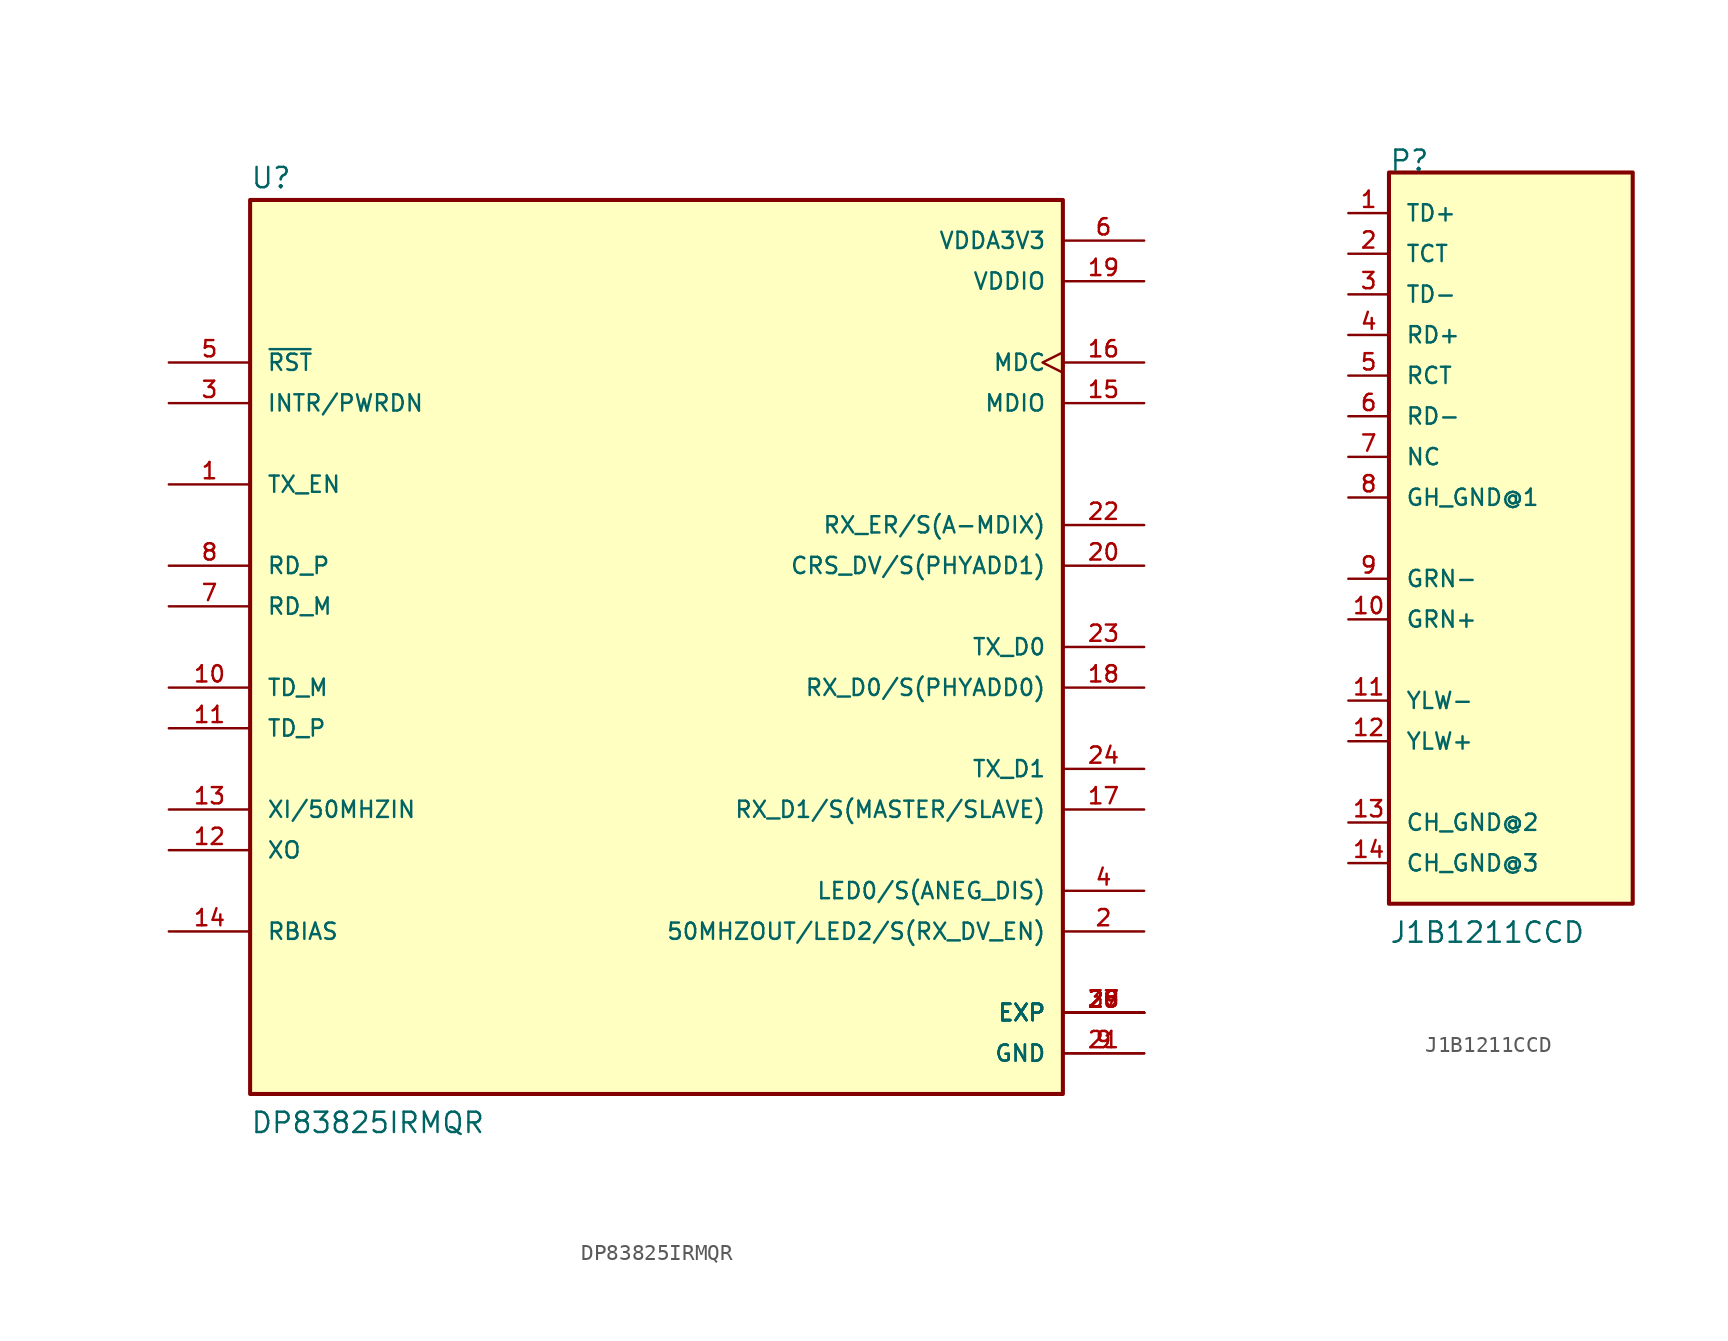
<source format=kicad_sym>
(kicad_symbol_lib
  (version 20241209)
  (generator "kicad_symbol_editor")
  (generator_version "9.0")
  (symbol "DP83825IRMQR"
    (pin_names
      (offset 1.016))
    (property "Reference" "U"
      (at -25.4 28.575 0)
      (effects (font (size 1.27 1.27)) (justify left bottom)))
    (property "Value" "DP83825IRMQR"
      (at -25.4 -30.48 0)
      (effects (font (size 1.27 1.27)) (justify left bottom)))
    (symbol "DP83825IRMQR_0_0"
      (rectangle (start -25.4 -27.94) (end 25.4 27.94) (stroke (width 0.254) (type default)) (fill (type background)))
      (pin input line (at -30.48 17.78 0) (length 5.08) (name "~{RST}" (effects (font (size 1.016 1.016)))) (number "5" (effects (font (size 1.016 1.016)))))
      (pin input line (at -30.48 15.24 0) (length 5.08) (name "INTR/PWRDN" (effects (font (size 1.016 1.016)))) (number "3" (effects (font (size 1.016 1.016)))))
      (pin input line (at -30.48 10.16 0) (length 5.08) (name "TX_EN" (effects (font (size 1.016 1.016)))) (number "1" (effects (font (size 1.016 1.016)))))
      (pin input line (at -30.48 5.08 0) (length 5.08) (name "RD_P" (effects (font (size 1.016 1.016)))) (number "8" (effects (font (size 1.016 1.016)))))
      (pin input line (at -30.48 2.54 0) (length 5.08) (name "RD_M" (effects (font (size 1.016 1.016)))) (number "7" (effects (font (size 1.016 1.016)))))
      (pin output line (at -30.48 -2.54 0) (length 5.08) (name "TD_M" (effects (font (size 1.016 1.016)))) (number "10" (effects (font (size 1.016 1.016)))))
      (pin output line (at -30.48 -5.08 0) (length 5.08) (name "TD_P" (effects (font (size 1.016 1.016)))) (number "11" (effects (font (size 1.016 1.016)))))
      (pin input line (at -30.48 -10.16 0) (length 5.08) (name "XI/50MHZIN" (effects (font (size 1.016 1.016)))) (number "13" (effects (font (size 1.016 1.016)))))
      (pin output line (at -30.48 -12.7 0) (length 5.08) (name "XO" (effects (font (size 1.016 1.016)))) (number "12" (effects (font (size 1.016 1.016)))))
      (pin passive line (at -30.48 -17.78 0) (length 5.08) (name "RBIAS" (effects (font (size 1.016 1.016)))) (number "14" (effects (font (size 1.016 1.016)))))
      (pin power_in line (at 30.48 25.4 180) (length 5.08) (name "VDDA3V3" (effects (font (size 1.016 1.016)))) (number "6" (effects (font (size 1.016 1.016)))))
      (pin power_in line (at 30.48 22.86 180) (length 5.08) (name "VDDIO" (effects (font (size 1.016 1.016)))) (number "19" (effects (font (size 1.016 1.016)))))
      (pin input clock (at 30.48 17.78 180) (length 5.08) (name "MDC" (effects (font (size 1.016 1.016)))) (number "16" (effects (font (size 1.016 1.016)))))
      (pin bidirectional line (at 30.48 15.24 180) (length 5.08) (name "MDIO" (effects (font (size 1.016 1.016)))) (number "15" (effects (font (size 1.016 1.016)))))
      (pin bidirectional line (at 30.48 7.62 180) (length 5.08) (name "RX_ER/S(A-MDIX)" (effects (font (size 1.016 1.016)))) (number "22" (effects (font (size 1.016 1.016)))))
      (pin bidirectional line (at 30.48 5.08 180) (length 5.08) (name "CRS_DV/S(PHYADD1)" (effects (font (size 1.016 1.016)))) (number "20" (effects (font (size 1.016 1.016)))))
      (pin input line (at 30.48 0 180) (length 5.08) (name "TX_D0" (effects (font (size 1.016 1.016)))) (number "23" (effects (font (size 1.016 1.016)))))
      (pin bidirectional line (at 30.48 -2.54 180) (length 5.08) (name "RX_D0/S(PHYADD0)" (effects (font (size 1.016 1.016)))) (number "18" (effects (font (size 1.016 1.016)))))
      (pin input line (at 30.48 -7.62 180) (length 5.08) (name "TX_D1" (effects (font (size 1.016 1.016)))) (number "24" (effects (font (size 1.016 1.016)))))
      (pin bidirectional line (at 30.48 -10.16 180) (length 5.08) (name "RX_D1/S(MASTER/SLAVE)" (effects (font (size 1.016 1.016)))) (number "17" (effects (font (size 1.016 1.016)))))
      (pin bidirectional line (at 30.48 -15.24 180) (length 5.08) (name "LED0/S(ANEG_DIS)" (effects (font (size 1.016 1.016)))) (number "4" (effects (font (size 1.016 1.016)))))
      (pin bidirectional line (at 30.48 -17.78 180) (length 5.08) (name "50MHZOUT/LED2/S(RX_DV_EN)" (effects (font (size 1.016 1.016)))) (number "2" (effects (font (size 1.016 1.016)))))
      (pin power_in line (at 30.48 -22.86 180) (length 5.08) (name "EXP" (effects (font (size 1.016 1.016)))) (number "25" (effects (font (size 1.016 1.016)))))
      (pin power_in line (at 30.48 -22.86 180) (length 5.08) (name "EXP" (effects (font (size 1.016 1.016)))) (number "26" (effects (font (size 1.016 1.016)))))
      (pin power_in line (at 30.48 -22.86 180) (length 5.08) (name "EXP" (effects (font (size 1.016 1.016)))) (number "27" (effects (font (size 1.016 1.016)))))
      (pin power_in line (at 30.48 -22.86 180) (length 5.08) (name "EXP" (effects (font (size 1.016 1.016)))) (number "28" (effects (font (size 1.016 1.016)))))
      (pin power_in line (at 30.48 -22.86 180) (length 5.08) (name "EXP" (effects (font (size 1.016 1.016)))) (number "29" (effects (font (size 1.016 1.016)))))
      (pin power_in line (at 30.48 -22.86 180) (length 5.08) (name "EXP" (effects (font (size 1.016 1.016)))) (number "30" (effects (font (size 1.016 1.016)))))
      (pin power_in line (at 30.48 -25.4 180) (length 5.08) (name "GND" (effects (font (size 1.016 1.016)))) (number "21" (effects (font (size 1.016 1.016)))))
      (pin power_in line (at 30.48 -25.4 180) (length 5.08) (name "GND" (effects (font (size 1.016 1.016)))) (number "9" (effects (font (size 1.016 1.016)))))))
  (symbol "J1B1211CCD"
    (pin_names
      (offset 1.016))
    (property "Reference" "P"
      (at -7.62 22.86 0)
      (effects (font (size 1.27 1.27)) (justify left bottom)))
    (property "Value" "J1B1211CCD"
      (at -7.62 -25.4 0)
      (effects (font (size 1.27 1.27)) (justify left bottom)))
    (symbol "J1B1211CCD_0_0"
      (rectangle (start -7.62 -22.86) (end 7.62 22.86) (stroke (width 0.254) (type default)) (fill (type background)))
      (pin passive line (at -10.16 20.32 0) (length 2.54) (name "TD+" (effects (font (size 1.016 1.016)))) (number "1" (effects (font (size 1.016 1.016)))))
      (pin passive line (at -10.16 17.78 0) (length 2.54) (name "TCT" (effects (font (size 1.016 1.016)))) (number "2" (effects (font (size 1.016 1.016)))))
      (pin passive line (at -10.16 15.24 0) (length 2.54) (name "TD-" (effects (font (size 1.016 1.016)))) (number "3" (effects (font (size 1.016 1.016)))))
      (pin passive line (at -10.16 12.7 0) (length 2.54) (name "RD+" (effects (font (size 1.016 1.016)))) (number "4" (effects (font (size 1.016 1.016)))))
      (pin passive line (at -10.16 10.16 0) (length 2.54) (name "RCT" (effects (font (size 1.016 1.016)))) (number "5" (effects (font (size 1.016 1.016)))))
      (pin passive line (at -10.16 7.62 0) (length 2.54) (name "RD-" (effects (font (size 1.016 1.016)))) (number "6" (effects (font (size 1.016 1.016)))))
      (pin passive line (at -10.16 5.08 0) (length 2.54) (name "NC" (effects (font (size 1.016 1.016)))) (number "7" (effects (font (size 1.016 1.016)))))
      (pin passive line (at -10.16 2.54 0) (length 2.54) (name "GH_GND@1" (effects (font (size 1.016 1.016)))) (number "8" (effects (font (size 1.016 1.016)))))
      (pin passive line (at -10.16 -2.54 0) (length 2.54) (name "GRN-" (effects (font (size 1.016 1.016)))) (number "9" (effects (font (size 1.016 1.016)))))
      (pin passive line (at -10.16 -5.08 0) (length 2.54) (name "GRN+" (effects (font (size 1.016 1.016)))) (number "10" (effects (font (size 1.016 1.016)))))
      (pin passive line (at -10.16 -10.16 0) (length 2.54) (name "YLW-" (effects (font (size 1.016 1.016)))) (number "11" (effects (font (size 1.016 1.016)))))
      (pin passive line (at -10.16 -12.7 0) (length 2.54) (name "YLW+" (effects (font (size 1.016 1.016)))) (number "12" (effects (font (size 1.016 1.016)))))
      (pin passive line (at -10.16 -17.78 0) (length 2.54) (name "CH_GND@2" (effects (font (size 1.016 1.016)))) (number "13" (effects (font (size 1.016 1.016)))))
      (pin passive line (at -10.16 -20.32 0) (length 2.54) (name "CH_GND@3" (effects (font (size 1.016 1.016)))) (number "14" (effects (font (size 1.016 1.016))))))))
</source>
